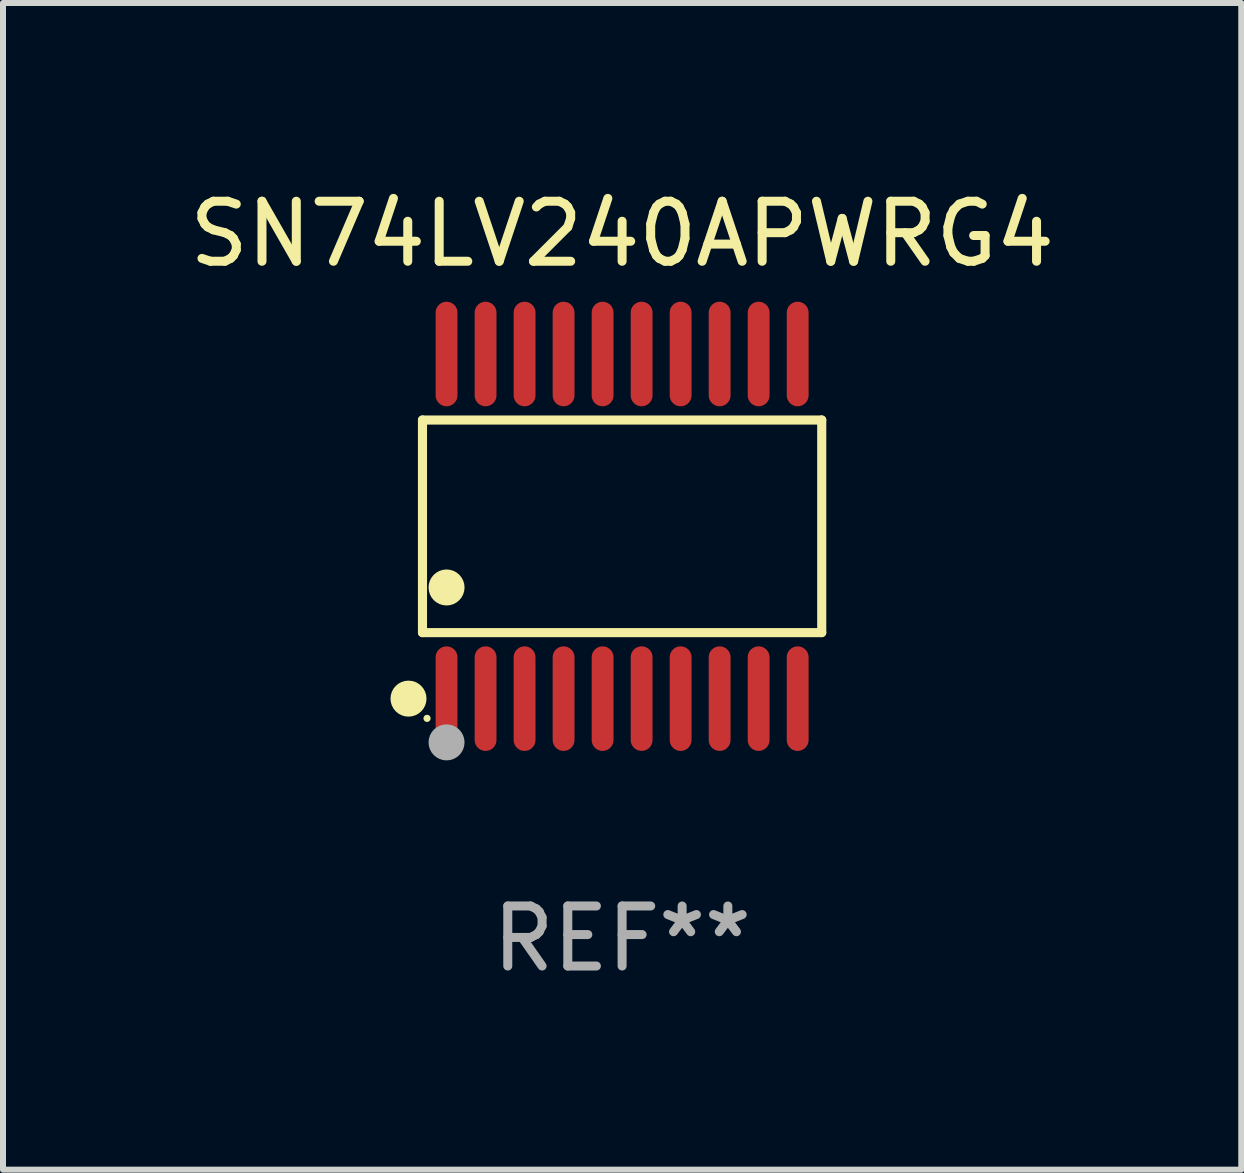
<source format=kicad_pcb>
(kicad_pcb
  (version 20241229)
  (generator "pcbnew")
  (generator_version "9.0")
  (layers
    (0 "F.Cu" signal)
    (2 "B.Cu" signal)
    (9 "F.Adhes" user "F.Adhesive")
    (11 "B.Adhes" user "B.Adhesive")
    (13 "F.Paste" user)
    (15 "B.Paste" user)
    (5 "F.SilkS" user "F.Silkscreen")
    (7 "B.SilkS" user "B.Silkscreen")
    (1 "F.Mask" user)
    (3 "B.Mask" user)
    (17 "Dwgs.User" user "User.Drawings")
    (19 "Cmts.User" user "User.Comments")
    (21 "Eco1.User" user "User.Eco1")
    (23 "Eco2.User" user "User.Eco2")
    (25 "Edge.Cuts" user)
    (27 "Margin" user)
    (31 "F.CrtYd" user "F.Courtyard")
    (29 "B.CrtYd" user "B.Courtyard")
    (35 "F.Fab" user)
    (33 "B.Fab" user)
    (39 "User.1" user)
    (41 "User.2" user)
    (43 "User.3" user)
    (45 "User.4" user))
  (footprint "SN74LV240APWRG4"
    (layer "F.Cu")
    (at 7.315 5.719)
    (property "Reference" "SN74LV240APWRG4" (at 0 -4.871 0) (layer "F.SilkS") (effects (font (size 1 1) (thickness 0.15))))
    (attr through_hole)
    (fp_line (start -3.326 -1.771) (end 3.326 -1.771) (stroke (width 0.152) (type solid)) (layer "F.SilkS"))
    (fp_line (start -3.326 1.771) (end -3.326 -1.771) (stroke (width 0.152) (type solid)) (layer "F.SilkS"))
    (fp_line (start 3.326 -1.771) (end 3.326 1.771) (stroke (width 0.152) (type solid)) (layer "F.SilkS"))
    (fp_line (start 3.326 1.771) (end -3.326 1.771) (stroke (width 0.152) (type solid)) (layer "F.SilkS"))
    (fp_circle (center -3.559 2.871) (end -3.409 2.871) (stroke (width 0.3) (type solid)) (fill no) (layer "F.SilkS"))
    (fp_circle (center -3.25 3.2) (end -3.22 3.2) (stroke (width 0.06) (type solid)) (fill no) (layer "F.SilkS"))
    (fp_circle (center -2.925 1.019) (end -2.775 1.019) (stroke (width 0.3) (type solid)) (fill no) (layer "F.SilkS"))
    (fp_circle (center -2.925 3.6) (end -2.775 3.6) (stroke (width 0.3) (type solid)) (fill no) (layer "F.Fab"))
    (fp_text user "REF**" (at 0 6.871 0) (layer "F.Fab") (effects (font (size 1 1) (thickness 0.15))))
    (pad "1" smd oval (at -2.925 2.871) (size 0.364 1.742) (layers "F.Cu" "F.Mask" "F.Paste"))
    (pad "2" smd oval (at -2.275 2.871) (size 0.364 1.742) (layers "F.Cu" "F.Mask" "F.Paste"))
    (pad "3" smd oval (at -1.625 2.871) (size 0.364 1.742) (layers "F.Cu" "F.Mask" "F.Paste"))
    (pad "4" smd oval (at -0.975 2.871) (size 0.364 1.742) (layers "F.Cu" "F.Mask" "F.Paste"))
    (pad "5" smd oval (at -0.325 2.871) (size 0.364 1.742) (layers "F.Cu" "F.Mask" "F.Paste"))
    (pad "6" smd oval (at 0.325 2.871) (size 0.364 1.742) (layers "F.Cu" "F.Mask" "F.Paste"))
    (pad "7" smd oval (at 0.975 2.871) (size 0.364 1.742) (layers "F.Cu" "F.Mask" "F.Paste"))
    (pad "8" smd oval (at 1.625 2.871) (size 0.364 1.742) (layers "F.Cu" "F.Mask" "F.Paste"))
    (pad "9" smd oval (at 2.275 2.871) (size 0.364 1.742) (layers "F.Cu" "F.Mask" "F.Paste"))
    (pad "10" smd oval (at 2.925 2.871) (size 0.364 1.742) (layers "F.Cu" "F.Mask" "F.Paste"))
    (pad "11" smd oval (at 2.925 -2.871) (size 0.364 1.742) (layers "F.Cu" "F.Mask" "F.Paste"))
    (pad "12" smd oval (at 2.275 -2.871) (size 0.364 1.742) (layers "F.Cu" "F.Mask" "F.Paste"))
    (pad "13" smd oval (at 1.625 -2.871) (size 0.364 1.742) (layers "F.Cu" "F.Mask" "F.Paste"))
    (pad "14" smd oval (at 0.975 -2.871) (size 0.364 1.742) (layers "F.Cu" "F.Mask" "F.Paste"))
    (pad "15" smd oval (at 0.325 -2.871) (size 0.364 1.742) (layers "F.Cu" "F.Mask" "F.Paste"))
    (pad "16" smd oval (at -0.325 -2.871) (size 0.364 1.742) (layers "F.Cu" "F.Mask" "F.Paste"))
    (pad "17" smd oval (at -0.975 -2.871) (size 0.364 1.742) (layers "F.Cu" "F.Mask" "F.Paste"))
    (pad "18" smd oval (at -1.625 -2.871) (size 0.364 1.742) (layers "F.Cu" "F.Mask" "F.Paste"))
    (pad "19" smd oval (at -2.275 -2.871) (size 0.364 1.742) (layers "F.Cu" "F.Mask" "F.Paste"))
    (pad "20" smd oval (at -2.925 -2.871) (size 0.364 1.742) (layers "F.Cu" "F.Mask" "F.Paste")))
  (gr_rect
    (start -3 -3)
    (end 17.631 16.438)
    (stroke (width 0.1) (type default))
    (fill no)
    (layer "Edge.Cuts")))
</source>
